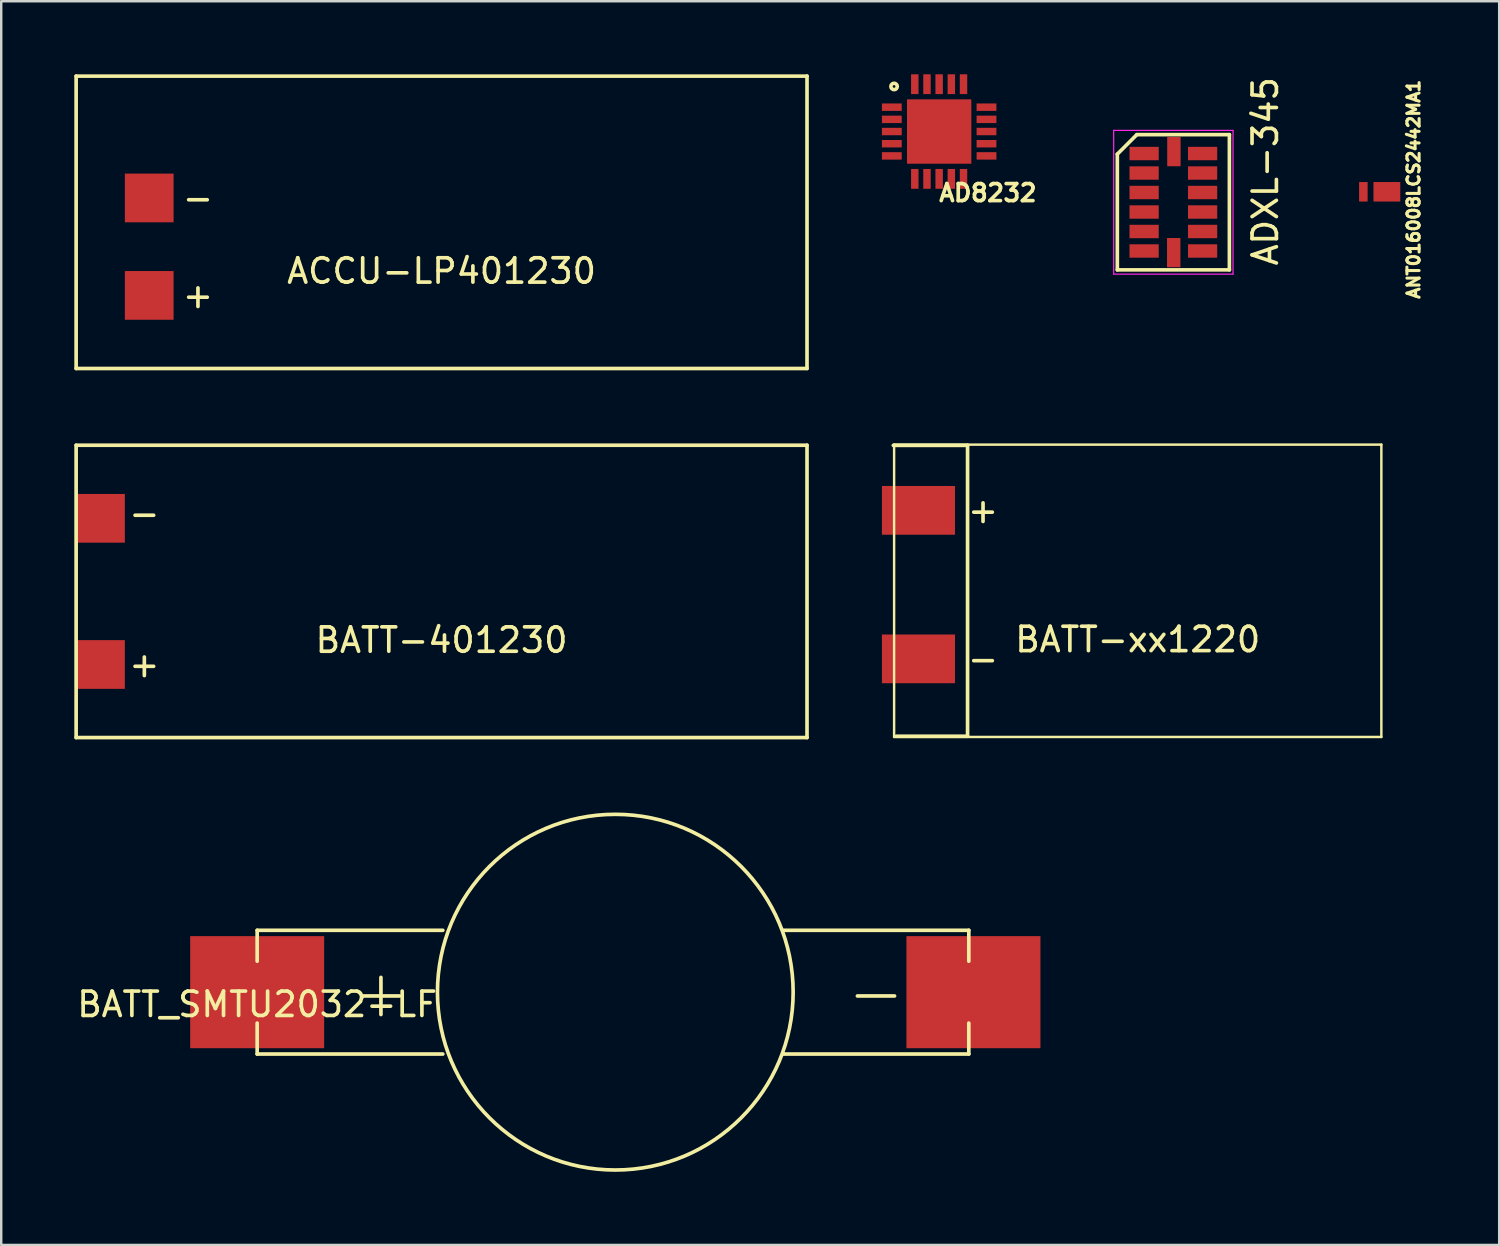
<source format=kicad_pcb>
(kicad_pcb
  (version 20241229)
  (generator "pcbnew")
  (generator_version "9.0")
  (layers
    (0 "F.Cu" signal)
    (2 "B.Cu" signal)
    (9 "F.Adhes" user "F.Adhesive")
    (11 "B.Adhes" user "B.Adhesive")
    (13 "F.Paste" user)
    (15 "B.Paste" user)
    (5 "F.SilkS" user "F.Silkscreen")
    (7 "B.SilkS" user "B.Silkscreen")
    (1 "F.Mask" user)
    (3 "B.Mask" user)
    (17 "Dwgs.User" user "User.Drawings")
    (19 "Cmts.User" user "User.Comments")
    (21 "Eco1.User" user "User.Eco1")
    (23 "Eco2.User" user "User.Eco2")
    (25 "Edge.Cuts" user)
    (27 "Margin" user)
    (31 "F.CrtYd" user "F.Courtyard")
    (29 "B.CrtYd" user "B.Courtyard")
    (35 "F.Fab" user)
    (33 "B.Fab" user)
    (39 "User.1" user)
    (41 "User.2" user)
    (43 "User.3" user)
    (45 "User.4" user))
  (footprint "BATT-xx1220"
    (layer "F.Cu")
    (at 43.65 21.2)
    (property "Reference" "BATT-xx1220" (at 0 2 0) (layer "F.SilkS") (effects (font (size 1 1) (thickness 0.15))))
    (attr through_hole)
    (fp_line (start -10.033 -5.969) (end -6.985 -5.969) (stroke (width 0.15) (type solid)) (layer "F.SilkS"))
    (fp_line (start -10 -6) (end -10 6) (stroke (width 0.1) (type solid)) (layer "F.SilkS"))
    (fp_line (start -10 -6) (end 10 -6) (stroke (width 0.1) (type solid)) (layer "F.SilkS"))
    (fp_line (start -10 6) (end 10 6) (stroke (width 0.1) (type solid)) (layer "F.SilkS"))
    (fp_line (start -6.985 -5.969) (end -6.985 5.969) (stroke (width 0.15) (type solid)) (layer "F.SilkS"))
    (fp_line (start -6.985 5.969) (end -9.906 5.969) (stroke (width 0.15) (type solid)) (layer "F.SilkS"))
    (fp_line (start 10 -6) (end 10 6) (stroke (width 0.1) (type solid)) (layer "F.SilkS"))
    (fp_text user "+" (at -6.35 -3.302 0) (layer "F.SilkS") (effects (font (size 1 1) (thickness 0.15))))
    (fp_text user "-" (at -6.35 2.794 0) (layer "F.SilkS") (effects (font (size 1 1) (thickness 0.15))))
    (pad "1" smd rect (at -9 -3.302) (size 3 2) (layers "F.Cu" "F.Mask" "F.Paste"))
    (pad "2" smd rect (at -9 2.794) (size 3 2) (layers "F.Cu" "F.Mask" "F.Paste")))
  (footprint "ACCU-LP401230"
    (layer "F.Cu")
    (at 15.075 6.075)
    (property "Reference" "ACCU-LP401230" (at 0 2 0) (layer "F.SilkS") (effects (font (size 1 1) (thickness 0.15))))
    (attr through_hole)
    (fp_line (start -15 -6) (end 15 -6) (stroke (width 0.15) (type solid)) (layer "F.SilkS"))
    (fp_line (start -15 6) (end -15 -6) (stroke (width 0.15) (type solid)) (layer "F.SilkS"))
    (fp_line (start 15 -6) (end 15 6) (stroke (width 0.15) (type solid)) (layer "F.SilkS"))
    (fp_line (start 15 6) (end -15 6) (stroke (width 0.15) (type solid)) (layer "F.SilkS"))
    (fp_text user "-" (at -10 -1 0) (layer "F.SilkS") (effects (font (size 1 1) (thickness 0.15))))
    (fp_text user "+" (at -10 3 0) (layer "F.SilkS") (effects (font (size 1 1) (thickness 0.15))))
    (pad "1" smd rect (at -12 3) (size 2 2) (layers "F.Cu" "F.Mask" "F.Paste"))
    (pad "2" smd rect (at -12 -1) (size 2 2) (layers "F.Cu" "F.Mask" "F.Paste")))
  (footprint "ADXL-345"
    (layer "F.Cu")
    (at 45.168 5.079)
    (property "Reference" "ADXL-345" (at 3.719 -1.097 270) (layer "F.SilkS") (effects (font (size 1 1) (thickness 0.15))))
    (attr smd)
    (fp_line (start -2.356 -1.802) (end -1.556 -2.602) (stroke (width 0.15) (type solid)) (layer "F.SilkS"))
    (fp_line (start -2.356 2.948) (end -2.356 -1.802) (stroke (width 0.15) (type solid)) (layer "F.SilkS"))
    (fp_line (start -1.556 -2.602) (end 2.244 -2.602) (stroke (width 0.15) (type solid)) (layer "F.SilkS"))
    (fp_line (start 2.244 -2.602) (end 2.244 2.948) (stroke (width 0.15) (type solid)) (layer "F.SilkS"))
    (fp_line (start 2.244 2.948) (end -2.356 2.948) (stroke (width 0.15) (type solid)) (layer "F.SilkS"))
    (fp_line (start -2.506 -2.777) (end 2.394 -2.777) (stroke (width 0.05) (type solid)) (layer "F.CrtYd"))
    (fp_line (start -2.506 3.123) (end -2.506 -2.777) (stroke (width 0.05) (type solid)) (layer "F.CrtYd"))
    (fp_line (start 2.394 -2.777) (end 2.394 3.123) (stroke (width 0.05) (type solid)) (layer "F.CrtYd"))
    (fp_line (start 2.394 3.123) (end -2.506 3.123) (stroke (width 0.05) (type solid)) (layer "F.CrtYd"))
    (pad "1" smd rect (at -1.256 -1.827 270) (size 0.55 1.2) (layers "F.Cu" "F.Mask" "F.Paste"))
    (pad "2" smd rect (at -1.256 -1.027 270) (size 0.55 1.2) (layers "F.Cu" "F.Mask" "F.Paste"))
    (pad "3" smd rect (at -1.256 -0.227 270) (size 0.55 1.2) (layers "F.Cu" "F.Mask" "F.Paste"))
    (pad "4" smd rect (at -1.256 0.573 270) (size 0.55 1.2) (layers "F.Cu" "F.Mask" "F.Paste"))
    (pad "5" smd rect (at -1.256 1.373 270) (size 0.55 1.2) (layers "F.Cu" "F.Mask" "F.Paste"))
    (pad "6" smd rect (at -1.256 2.173 270) (size 0.55 1.2) (layers "F.Cu" "F.Mask" "F.Paste"))
    (pad "7" smd rect (at -0.041 2.24) (size 0.55 1.2) (layers "F.Cu" "F.Mask" "F.Paste"))
    (pad "8" smd rect (at 1.144 2.173 270) (size 0.55 1.2) (layers "F.Cu" "F.Mask" "F.Paste"))
    (pad "9" smd rect (at 1.144 1.373 270) (size 0.55 1.2) (layers "F.Cu" "F.Mask" "F.Paste"))
    (pad "10" smd rect (at 1.144 0.573 270) (size 0.55 1.2) (layers "F.Cu" "F.Mask" "F.Paste"))
    (pad "11" smd rect (at 1.144 -0.227 270) (size 0.55 1.2) (layers "F.Cu" "F.Mask" "F.Paste"))
    (pad "12" smd rect (at 1.144 -1.027 270) (size 0.55 1.2) (layers "F.Cu" "F.Mask" "F.Paste"))
    (pad "13" smd rect (at 1.144 -1.827 270) (size 0.55 1.2) (layers "F.Cu" "F.Mask" "F.Paste"))
    (pad "14" smd rect (at -0.033 -1.905) (size 0.55 1.2) (layers "F.Cu" "F.Mask" "F.Paste")))
  (footprint "ANT016008LCS2442MA1"
    (layer "F.Cu")
    (at 53.876 0.25)
    (property "Reference" "ANT016008LCS2442MA1" (at 1.098 4.472 90) (layer "F.SilkS") (effects (font (size 0.5 0.5) (thickness 0.125))))
    (attr through_hole)
    (pad "1" smd rect (at -0.965 4.572) (size 0.35 0.8) (layers "F.Cu" "F.Mask" "F.Paste"))
    (pad "2" smd rect (at 0 4.572) (size 1.1 0.8) (layers "F.Cu" "F.Mask" "F.Paste")))
  (footprint "BATT_SMTU2032-LF"
    (layer "F.Cu")
    (at 7.506 37.675)
    (property "Reference" "BATT_SMTU2032-LF" (at 0 0.5 0) (layer "F.SilkS") (effects (font (size 1 1) (thickness 0.15))))
    (attr through_hole)
    (fp_line (start 0 -2.54) (end 7.62 -2.54) (stroke (width 0.15) (type solid)) (layer "F.SilkS"))
    (fp_line (start 0 -1.27) (end 0 -2.54) (stroke (width 0.15) (type solid)) (layer "F.SilkS"))
    (fp_line (start 0 1.27) (end 0 2.54) (stroke (width 0.15) (type solid)) (layer "F.SilkS"))
    (fp_line (start 0 2.54) (end 7.62 2.54) (stroke (width 0.15) (type solid)) (layer "F.SilkS"))
    (fp_line (start 29.21 -2.54) (end 21.59 -2.54) (stroke (width 0.15) (type solid)) (layer "F.SilkS"))
    (fp_line (start 29.21 -1.27) (end 29.21 -2.54) (stroke (width 0.15) (type solid)) (layer "F.SilkS"))
    (fp_line (start 29.21 1.27) (end 29.21 2.54) (stroke (width 0.15) (type solid)) (layer "F.SilkS"))
    (fp_line (start 29.21 2.54) (end 21.59 2.54) (stroke (width 0.15) (type solid)) (layer "F.SilkS"))
    (fp_circle (center 14.7 0) (end 22 0) (stroke (width 0.15) (type solid)) (fill no) (layer "F.SilkS"))
    (fp_text user "-" (at 25.4 0 0) (layer "F.SilkS") (effects (font (size 2 2) (thickness 0.15))))
    (fp_text user "+" (at 5.08 0 0) (layer "F.SilkS") (effects (font (size 2 2) (thickness 0.15))))
    (pad "1" smd rect (at 0 0) (size 5.5 4.6) (layers "F.Cu" "F.Mask" "F.Paste"))
    (pad "2" smd rect (at 29.4 0) (size 5.5 4.6) (layers "F.Cu" "F.Mask" "F.Paste")))
  (footprint "BATT-401230"
    (layer "F.Cu")
    (at 15.075 21.225)
    (property "Reference" "BATT-401230" (at 0 2 0) (layer "F.SilkS") (effects (font (size 1 1) (thickness 0.15))))
    (attr through_hole)
    (fp_line (start -15 -6) (end 15 -6) (stroke (width 0.15) (type solid)) (layer "F.SilkS"))
    (fp_line (start -15 6) (end -15 -6) (stroke (width 0.15) (type solid)) (layer "F.SilkS"))
    (fp_line (start 15 -6) (end 15 6) (stroke (width 0.15) (type solid)) (layer "F.SilkS"))
    (fp_line (start 15 6) (end -15 6) (stroke (width 0.15) (type solid)) (layer "F.SilkS"))
    (fp_text user "+" (at -12.2 3 0) (layer "F.SilkS") (effects (font (size 1 1) (thickness 0.15))))
    (fp_text user "-" (at -12.2 -3.2 0) (layer "F.SilkS") (effects (font (size 1 1) (thickness 0.15))))
    (pad "1" smd rect (at -14 3) (size 2 2) (layers "F.Cu" "F.Mask" "F.Paste"))
    (pad "2" smd rect (at -14 -3) (size 2 2) (layers "F.Cu" "F.Mask" "F.Paste")))
  (footprint "AD8232"
    (layer "F.Cu")
    (at 35.499 2.349)
    (property "Reference" "AD8232" (at 2 2.519 0) (layer "F.SilkS") (effects (font (size 0.7 0.7) (thickness 0.15))))
    (attr through_hole)
    (fp_circle (center -1.85 -1.85) (end -1.9 -1.875) (stroke (width 0.15) (type solid)) (fill no) (layer "F.SilkS"))
    (pad "1" smd rect (at -1.943 -1 90) (size 0.305 0.813) (layers "F.Cu" "F.Mask" "F.Paste"))
    (pad "2" smd rect (at -1.943 -0.5 90) (size 0.305 0.813) (layers "F.Cu" "F.Mask" "F.Paste"))
    (pad "3" smd rect (at -1.943 0 90) (size 0.305 0.813) (layers "F.Cu" "F.Mask" "F.Paste"))
    (pad "4" smd rect (at -1.943 0.5 90) (size 0.305 0.813) (layers "F.Cu" "F.Mask" "F.Paste"))
    (pad "5" smd rect (at -1.943 1 90) (size 0.305 0.813) (layers "F.Cu" "F.Mask" "F.Paste"))
    (pad "6" smd rect (at -1 1.943) (size 0.305 0.813) (layers "F.Cu" "F.Mask" "F.Paste"))
    (pad "7" smd rect (at -0.5 1.943) (size 0.305 0.813) (layers "F.Cu" "F.Mask" "F.Paste"))
    (pad "8" smd rect (at 0 1.943) (size 0.305 0.813) (layers "F.Cu" "F.Mask" "F.Paste"))
    (pad "9" smd rect (at 0.5 1.943) (size 0.305 0.813) (layers "F.Cu" "F.Mask" "F.Paste"))
    (pad "10" smd rect (at 1 1.943) (size 0.305 0.813) (layers "F.Cu" "F.Mask" "F.Paste"))
    (pad "11" smd rect (at 1.943 1 90) (size 0.305 0.813) (layers "F.Cu" "F.Mask" "F.Paste"))
    (pad "12" smd rect (at 1.943 0.5 90) (size 0.305 0.813) (layers "F.Cu" "F.Mask" "F.Paste"))
    (pad "13" smd rect (at 1.943 0 90) (size 0.305 0.813) (layers "F.Cu" "F.Mask" "F.Paste"))
    (pad "14" smd rect (at 1.943 -0.5 90) (size 0.305 0.813) (layers "F.Cu" "F.Mask" "F.Paste"))
    (pad "15" smd rect (at 1.943 -1 90) (size 0.305 0.813) (layers "F.Cu" "F.Mask" "F.Paste"))
    (pad "16" smd rect (at 1 -1.943) (size 0.305 0.813) (layers "F.Cu" "F.Mask" "F.Paste"))
    (pad "17" smd rect (at 0.5 -1.943) (size 0.305 0.813) (layers "F.Cu" "F.Mask" "F.Paste"))
    (pad "18" smd rect (at 0 -1.943) (size 0.305 0.813) (layers "F.Cu" "F.Mask" "F.Paste"))
    (pad "19" smd rect (at -0.5 -1.943) (size 0.305 0.813) (layers "F.Cu" "F.Mask" "F.Paste"))
    (pad "20" smd rect (at -1 -1.943) (size 0.305 0.813) (layers "F.Cu" "F.Mask" "F.Paste"))
    (pad "21" smd rect (at 0 0) (size 2.642 2.642) (layers "F.Cu" "F.Mask" "F.Paste")))
  (gr_rect
    (start -3 -3)
    (end 58.486 48.05)
    (stroke (width 0.1) (type default))
    (fill no)
    (layer "Edge.Cuts")))
</source>
